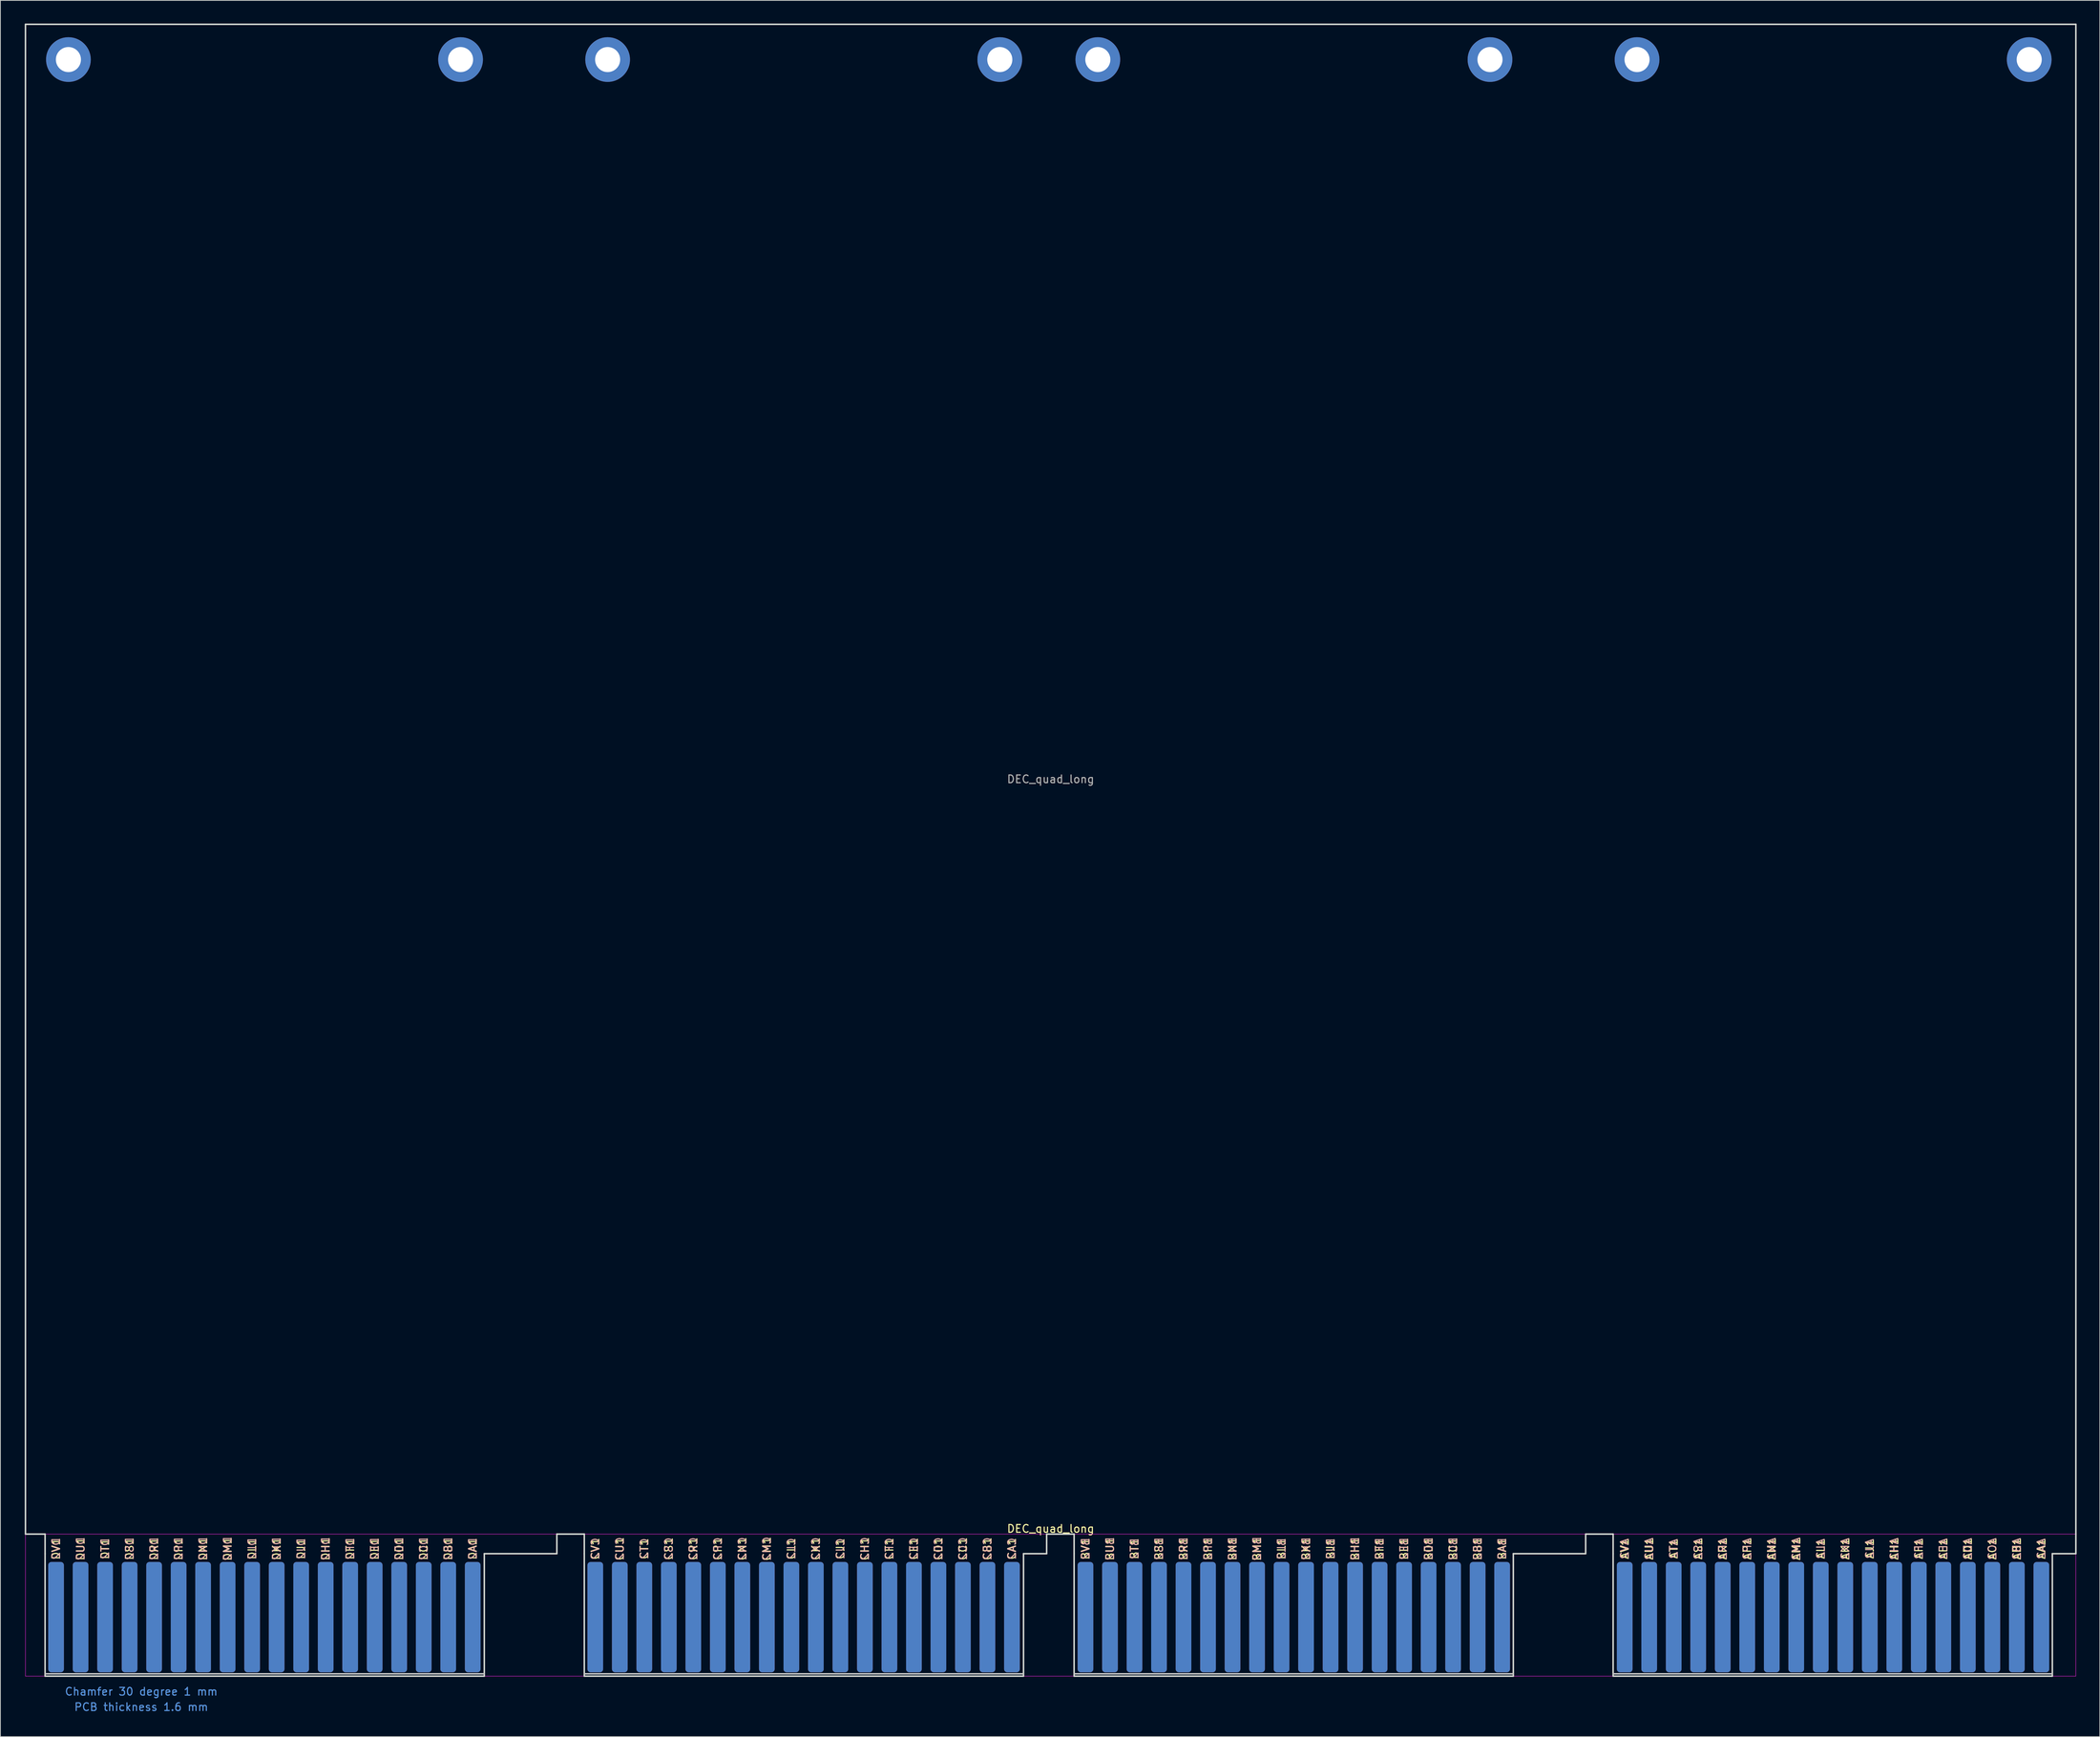
<source format=kicad_pcb>
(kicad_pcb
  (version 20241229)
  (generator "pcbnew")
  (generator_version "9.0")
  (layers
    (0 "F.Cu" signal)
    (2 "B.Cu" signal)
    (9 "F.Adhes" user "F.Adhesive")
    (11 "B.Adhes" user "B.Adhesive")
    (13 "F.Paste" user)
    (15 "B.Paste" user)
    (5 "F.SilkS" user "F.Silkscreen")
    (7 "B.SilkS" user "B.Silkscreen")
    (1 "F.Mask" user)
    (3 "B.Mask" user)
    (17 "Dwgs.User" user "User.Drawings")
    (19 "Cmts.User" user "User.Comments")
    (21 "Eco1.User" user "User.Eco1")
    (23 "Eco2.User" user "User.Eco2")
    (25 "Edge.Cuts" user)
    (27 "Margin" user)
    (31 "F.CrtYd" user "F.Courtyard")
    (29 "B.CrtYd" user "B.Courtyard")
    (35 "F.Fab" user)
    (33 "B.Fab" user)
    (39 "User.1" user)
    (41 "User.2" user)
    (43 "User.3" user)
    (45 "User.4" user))
  (footprint "DEC_quad_long"
    (layer "F.Cu")
    (at 0.25 214.222)
    (property "Reference" "DEC_quad_long" (at 132.8 -19.11 0) (layer "F.SilkS") (effects (font (size 1 1) (thickness 0.15))))
    (attr exclude_from_pos_files exclude_from_bom)
    (fp_line (start 2.54 -0.3) (end 59.436 -0.3) (stroke (width 0.2) (type solid)) (layer "Dwgs.User"))
    (fp_line (start 72.39 -0.3) (end 129.286 -0.3) (stroke (width 0.2) (type solid)) (layer "Dwgs.User"))
    (fp_line (start 135.839 -0.3) (end 192.735 -0.3) (stroke (width 0.2) (type solid)) (layer "Dwgs.User"))
    (fp_line (start 205.664 -0.3) (end 262.56 -0.3) (stroke (width 0.2) (type solid)) (layer "Dwgs.User"))
    (fp_line (start 0 -214.122) (end 265.608 -214.122) (stroke (width 0.2) (type solid)) (layer "Edge.Cuts"))
    (fp_line (start 0 -18.415) (end 0 -214.122) (stroke (width 0.2) (type solid)) (layer "Edge.Cuts"))
    (fp_line (start 0 -18.415) (end 2.54 -18.415) (stroke (width 0.2) (type solid)) (layer "Edge.Cuts"))
    (fp_line (start 2.54 -18.415) (end 2.54 -15.875) (stroke (width 0.2) (type solid)) (layer "Edge.Cuts"))
    (fp_line (start 2.54 -15.875) (end 2.54 0) (stroke (width 0.2) (type solid)) (layer "Edge.Cuts"))
    (fp_line (start 2.54 0) (end 59.436 0) (stroke (width 0.2) (type solid)) (layer "Edge.Cuts"))
    (fp_line (start 59.436 -15.875) (end 68.834 -15.875) (stroke (width 0.2) (type solid)) (layer "Edge.Cuts"))
    (fp_line (start 59.436 0) (end 59.436 -15.875) (stroke (width 0.2) (type solid)) (layer "Edge.Cuts"))
    (fp_line (start 68.834 -18.415) (end 72.39 -18.415) (stroke (width 0.2) (type solid)) (layer "Edge.Cuts"))
    (fp_line (start 68.834 -15.875) (end 68.834 -18.415) (stroke (width 0.2) (type solid)) (layer "Edge.Cuts"))
    (fp_line (start 72.39 -18.415) (end 72.39 -15.875) (stroke (width 0.2) (type solid)) (layer "Edge.Cuts"))
    (fp_line (start 72.39 -15.875) (end 72.39 0) (stroke (width 0.2) (type solid)) (layer "Edge.Cuts"))
    (fp_line (start 72.39 0) (end 129.286 0) (stroke (width 0.2) (type solid)) (layer "Edge.Cuts"))
    (fp_line (start 129.286 -15.875) (end 132.283 -15.875) (stroke (width 0.2) (type solid)) (layer "Edge.Cuts"))
    (fp_line (start 129.286 0) (end 129.286 -15.875) (stroke (width 0.2) (type solid)) (layer "Edge.Cuts"))
    (fp_line (start 132.283 -18.415) (end 135.839 -18.415) (stroke (width 0.2) (type solid)) (layer "Edge.Cuts"))
    (fp_line (start 132.283 -15.875) (end 132.283 -18.415) (stroke (width 0.2) (type solid)) (layer "Edge.Cuts"))
    (fp_line (start 135.839 -18.415) (end 135.839 -15.875) (stroke (width 0.2) (type solid)) (layer "Edge.Cuts"))
    (fp_line (start 135.839 -15.875) (end 135.839 0) (stroke (width 0.2) (type solid)) (layer "Edge.Cuts"))
    (fp_line (start 135.839 0) (end 192.735 0) (stroke (width 0.2) (type solid)) (layer "Edge.Cuts"))
    (fp_line (start 192.735 -15.875) (end 202.108 -15.875) (stroke (width 0.2) (type solid)) (layer "Edge.Cuts"))
    (fp_line (start 192.735 0) (end 192.735 -15.875) (stroke (width 0.2) (type solid)) (layer "Edge.Cuts"))
    (fp_line (start 202.108 -18.415) (end 205.664 -18.415) (stroke (width 0.2) (type solid)) (layer "Edge.Cuts"))
    (fp_line (start 202.108 -15.875) (end 202.108 -18.415) (stroke (width 0.2) (type solid)) (layer "Edge.Cuts"))
    (fp_line (start 205.664 -18.415) (end 205.664 -15.875) (stroke (width 0.2) (type solid)) (layer "Edge.Cuts"))
    (fp_line (start 205.664 -15.875) (end 205.664 0) (stroke (width 0.2) (type solid)) (layer "Edge.Cuts"))
    (fp_line (start 205.664 0) (end 262.56 0) (stroke (width 0.2) (type solid)) (layer "Edge.Cuts"))
    (fp_line (start 262.56 -15.875) (end 265.608 -15.875) (stroke (width 0.2) (type solid)) (layer "Edge.Cuts"))
    (fp_line (start 262.56 0) (end 262.56 -15.875) (stroke (width 0.2) (type solid)) (layer "Edge.Cuts"))
    (fp_line (start 265.608 -214.122) (end 265.608 -18.415) (stroke (width 0.2) (type solid)) (layer "Edge.Cuts"))
    (fp_line (start 265.608 -15.875) (end 265.608 -18.415) (stroke (width 0.2) (type solid)) (layer "Edge.Cuts"))
    (fp_line (start 0 -18.42) (end 265.6 -18.42) (stroke (width 0.05) (type solid)) (layer "F.CrtYd"))
    (fp_line (start 0 0) (end 0 -18.42) (stroke (width 0.05) (type solid)) (layer "F.CrtYd"))
    (fp_line (start 265.6 -18.42) (end 265.6 0) (stroke (width 0.05) (type solid)) (layer "F.CrtYd"))
    (fp_line (start 265.6 0) (end 0 0) (stroke (width 0.05) (type solid)) (layer "F.CrtYd"))
    (fp_text user "AD1" (at 251.612 -16.51 90) (layer "F.SilkS") (effects (font (size 1 1) (thickness 0.15))))
    (fp_text user "CJ1" (at 105.562 -16.51 90) (layer "F.SilkS") (effects (font (size 1 1) (thickness 0.15))))
    (fp_text user "CF1" (at 111.912 -16.51 90) (layer "F.SilkS") (effects (font (size 1 1) (thickness 0.15))))
    (fp_text user "BE1" (at 178.587 -16.51 90) (layer "F.SilkS") (effects (font (size 1 1) (thickness 0.15))))
    (fp_text user "CP1" (at 89.687 -16.51 90) (layer "F.SilkS") (effects (font (size 1 1) (thickness 0.15))))
    (fp_text user "BK1" (at 165.887 -16.51 90) (layer "F.SilkS") (effects (font (size 1 1) (thickness 0.15))))
    (fp_text user "CC1" (at 121.437 -16.51 90) (layer "F.SilkS") (effects (font (size 1 1) (thickness 0.15))))
    (fp_text user "BH1" (at 172.237 -16.51 90) (layer "F.SilkS") (effects (font (size 1 1) (thickness 0.15))))
    (fp_text user "AU1" (at 210.337 -16.51 90) (layer "F.SilkS") (effects (font (size 1 1) (thickness 0.15))))
    (fp_text user "CA1" (at 127.787 -16.51 90) (layer "F.SilkS") (effects (font (size 1 1) (thickness 0.15))))
    (fp_text user "CL1" (at 99.212 -16.51 90) (layer "F.SilkS") (effects (font (size 1 1) (thickness 0.15))))
    (fp_text user "CT1" (at 80.162 -16.51 90) (layer "F.SilkS") (effects (font (size 1 1) (thickness 0.15))))
    (fp_text user "BT1" (at 143.662 -16.51 90) (layer "F.SilkS") (effects (font (size 1 1) (thickness 0.15))))
    (fp_text user "BC1" (at 184.937 -16.51 90) (layer "F.SilkS") (effects (font (size 1 1) (thickness 0.15))))
    (fp_text user "CN1" (at 92.862 -16.51 90) (layer "F.SilkS") (effects (font (size 1 1) (thickness 0.15))))
    (fp_text user "DH1" (at 38.887 -16.51 90) (layer "F.SilkS") (effects (font (size 1 1) (thickness 0.15))))
    (fp_text user "DU1" (at 7.137 -16.51 90) (layer "F.SilkS") (effects (font (size 1 1) (thickness 0.15))))
    (fp_text user "DL1" (at 29.362 -16.51 90) (layer "F.SilkS") (effects (font (size 1 1) (thickness 0.15))))
    (fp_text user "AC1" (at 254.787 -16.51 90) (layer "F.SilkS") (effects (font (size 1 1) (thickness 0.15))))
    (fp_text user "BJ1" (at 169.062 -16.51 90) (layer "F.SilkS") (effects (font (size 1 1) (thickness 0.15))))
    (fp_text user "AJ1" (at 238.912 -16.51 90) (layer "F.SilkS") (effects (font (size 1 1) (thickness 0.15))))
    (fp_text user "DM1" (at 26.187 -16.51 90) (layer "F.SilkS") (effects (font (size 1 1) (thickness 0.15))))
    (fp_text user "CB1" (at 124.612 -16.51 90) (layer "F.SilkS") (effects (font (size 1 1) (thickness 0.15))))
    (fp_text user "DV1" (at 3.962 -16.51 90) (layer "F.SilkS") (effects (font (size 1 1) (thickness 0.15))))
    (fp_text user "DN1" (at 23.012 -16.51 90) (layer "F.SilkS") (effects (font (size 1 1) (thickness 0.15))))
    (fp_text user "AK1" (at 235.737 -16.51 90) (layer "F.SilkS") (effects (font (size 1 1) (thickness 0.15))))
    (fp_text user "AR1" (at 219.862 -16.51 90) (layer "F.SilkS") (effects (font (size 1 1) (thickness 0.15))))
    (fp_text user "AV1" (at 207.162 -16.51 90) (layer "F.SilkS") (effects (font (size 1 1) (thickness 0.15))))
    (fp_text user "DS1" (at 13.487 -16.51 90) (layer "F.SilkS") (effects (font (size 1 1) (thickness 0.15))))
    (fp_text user "BB1" (at 188.112 -16.51 90) (layer "F.SilkS") (effects (font (size 1 1) (thickness 0.15))))
    (fp_text user "DJ1" (at 35.712 -16.51 90) (layer "F.SilkS") (effects (font (size 1 1) (thickness 0.15))))
    (fp_text user "AB1" (at 257.962 -16.51 90) (layer "F.SilkS") (effects (font (size 1 1) (thickness 0.15))))
    (fp_text user "AM1" (at 229.387 -16.51 90) (layer "F.SilkS") (effects (font (size 1 1) (thickness 0.15))))
    (fp_text user "BV1" (at 137.312 -16.51 90) (layer "F.SilkS") (effects (font (size 1 1) (thickness 0.15))))
    (fp_text user "AP1" (at 223.037 -16.51 90) (layer "F.SilkS") (effects (font (size 1 1) (thickness 0.15))))
    (fp_text user "AH1" (at 242.087 -16.51 90) (layer "F.SilkS") (effects (font (size 1 1) (thickness 0.15))))
    (fp_text user "CV1" (at 73.812 -16.51 90) (layer "F.SilkS") (effects (font (size 1 1) (thickness 0.15))))
    (fp_text user "CU1" (at 76.987 -16.51 90) (layer "F.SilkS") (effects (font (size 1 1) (thickness 0.15))))
    (fp_text user "AA1" (at 261.137 -16.51 90) (layer "F.SilkS") (effects (font (size 1 1) (thickness 0.15))))
    (fp_text user "AN1" (at 226.212 -16.51 90) (layer "F.SilkS") (effects (font (size 1 1) (thickness 0.15))))
    (fp_text user "DE1" (at 45.237 -16.51 90) (layer "F.SilkS") (effects (font (size 1 1) (thickness 0.15))))
    (fp_text user "AS1" (at 216.687 -16.51 90) (layer "F.SilkS") (effects (font (size 1 1) (thickness 0.15))))
    (fp_text user "BS1" (at 146.837 -16.51 90) (layer "F.SilkS") (effects (font (size 1 1) (thickness 0.15))))
    (fp_text user "AE1" (at 248.437 -16.51 90) (layer "F.SilkS") (effects (font (size 1 1) (thickness 0.15))))
    (fp_text user "DK1" (at 32.537 -16.51 90) (layer "F.SilkS") (effects (font (size 1 1) (thickness 0.15))))
    (fp_text user "BF1" (at 175.412 -16.51 90) (layer "F.SilkS") (effects (font (size 1 1) (thickness 0.15))))
    (fp_text user "CD1" (at 118.262 -16.51 90) (layer "F.SilkS") (effects (font (size 1 1) (thickness 0.15))))
    (fp_text user "CE1" (at 115.087 -16.51 90) (layer "F.SilkS") (effects (font (size 1 1) (thickness 0.15))))
    (fp_text user "BR1" (at 150.012 -16.51 90) (layer "F.SilkS") (effects (font (size 1 1) (thickness 0.15))))
    (fp_text user "BL1" (at 162.712 -16.51 90) (layer "F.SilkS") (effects (font (size 1 1) (thickness 0.15))))
    (fp_text user "DC1" (at 51.587 -16.51 90) (layer "F.SilkS") (effects (font (size 1 1) (thickness 0.15))))
    (fp_text user "BU1" (at 140.487 -16.51 90) (layer "F.SilkS") (effects (font (size 1 1) (thickness 0.15))))
    (fp_text user "CK1" (at 102.387 -16.51 90) (layer "F.SilkS") (effects (font (size 1 1) (thickness 0.15))))
    (fp_text user "BP1" (at 153.187 -16.51 90) (layer "F.SilkS") (effects (font (size 1 1) (thickness 0.15))))
    (fp_text user "DP1" (at 19.837 -16.51 90) (layer "F.SilkS") (effects (font (size 1 1) (thickness 0.15))))
    (fp_text user "DT1" (at 10.312 -16.51 90) (layer "F.SilkS") (effects (font (size 1 1) (thickness 0.15))))
    (fp_text user "BA1" (at 191.287 -16.51 90) (layer "F.SilkS") (effects (font (size 1 1) (thickness 0.15))))
    (fp_text user "BN1" (at 156.362 -16.51 90) (layer "F.SilkS") (effects (font (size 1 1) (thickness 0.15))))
    (fp_text user "AT1" (at 213.512 -16.51 90) (layer "F.SilkS") (effects (font (size 1 1) (thickness 0.15))))
    (fp_text user "CH1" (at 108.737 -16.51 90) (layer "F.SilkS") (effects (font (size 1 1) (thickness 0.15))))
    (fp_text user "CM1" (at 96.037 -16.51 90) (layer "F.SilkS") (effects (font (size 1 1) (thickness 0.15))))
    (fp_text user "DD1" (at 48.412 -16.51 90) (layer "F.SilkS") (effects (font (size 1 1) (thickness 0.15))))
    (fp_text user "CS1" (at 83.337 -16.51 90) (layer "F.SilkS") (effects (font (size 1 1) (thickness 0.15))))
    (fp_text user "DR1" (at 16.662 -16.51 90) (layer "F.SilkS") (effects (font (size 1 1) (thickness 0.15))))
    (fp_text user "DB1" (at 54.762 -16.51 90) (layer "F.SilkS") (effects (font (size 1 1) (thickness 0.15))))
    (fp_text user "BM1" (at 159.537 -16.51 90) (layer "F.SilkS") (effects (font (size 1 1) (thickness 0.15))))
    (fp_text user "AF1" (at 245.262 -16.51 90) (layer "F.SilkS") (effects (font (size 1 1) (thickness 0.15))))
    (fp_text user "AL1" (at 232.562 -16.51 90) (layer "F.SilkS") (effects (font (size 1 1) (thickness 0.15))))
    (fp_text user "CR1" (at 86.512 -16.51 90) (layer "F.SilkS") (effects (font (size 1 1) (thickness 0.15))))
    (fp_text user "BD1" (at 181.762 -16.51 90) (layer "F.SilkS") (effects (font (size 1 1) (thickness 0.15))))
    (fp_text user "DF1" (at 42.062 -16.51 90) (layer "F.SilkS") (effects (font (size 1 1) (thickness 0.15))))
    (fp_text user "DA1" (at 57.937 -16.51 90) (layer "F.SilkS") (effects (font (size 1 1) (thickness 0.15))))
    (fp_text user "CT2" (at 80.162 -16.51 90) (layer "B.SilkS") (effects (font (size 1 1) (thickness 0.15)) (justify mirror)))
    (fp_text user "DR2" (at 16.662 -16.51 90) (layer "B.SilkS") (effects (font (size 1 1) (thickness 0.15)) (justify mirror)))
    (fp_text user "AV2" (at 207.162 -16.51 90) (layer "B.SilkS") (effects (font (size 1 1) (thickness 0.15)) (justify mirror)))
    (fp_text user "BP2" (at 153.187 -16.51 90) (layer "B.SilkS") (effects (font (size 1 1) (thickness 0.15)) (justify mirror)))
    (fp_text user "CB2" (at 124.612 -16.51 90) (layer "B.SilkS") (effects (font (size 1 1) (thickness 0.15)) (justify mirror)))
    (fp_text user "DA2" (at 57.937 -16.51 90) (layer "B.SilkS") (effects (font (size 1 1) (thickness 0.15)) (justify mirror)))
    (fp_text user "CC2" (at 121.437 -16.51 90) (layer "B.SilkS") (effects (font (size 1 1) (thickness 0.15)) (justify mirror)))
    (fp_text user "AN2" (at 226.212 -16.51 90) (layer "B.SilkS") (effects (font (size 1 1) (thickness 0.15)) (justify mirror)))
    (fp_text user "CF2" (at 111.912 -16.51 90) (layer "B.SilkS") (effects (font (size 1 1) (thickness 0.15)) (justify mirror)))
    (fp_text user "DB2" (at 54.762 -16.51 90) (layer "B.SilkS") (effects (font (size 1 1) (thickness 0.15)) (justify mirror)))
    (fp_text user "BJ2" (at 169.062 -16.51 90) (layer "B.SilkS") (effects (font (size 1 1) (thickness 0.15)) (justify mirror)))
    (fp_text user "AJ2" (at 238.912 -16.51 90) (layer "B.SilkS") (effects (font (size 1 1) (thickness 0.15)) (justify mirror)))
    (fp_text user "DU2" (at 7.137 -16.51 90) (layer "B.SilkS") (effects (font (size 1 1) (thickness 0.15)) (justify mirror)))
    (fp_text user "DL2" (at 29.362 -16.51 90) (layer "B.SilkS") (effects (font (size 1 1) (thickness 0.15)) (justify mirror)))
    (fp_text user "DP2" (at 19.837 -16.51 90) (layer "B.SilkS") (effects (font (size 1 1) (thickness 0.15)) (justify mirror)))
    (fp_text user "DE2" (at 45.237 -16.51 90) (layer "B.SilkS") (effects (font (size 1 1) (thickness 0.15)) (justify mirror)))
    (fp_text user "AP2" (at 223.037 -16.51 90) (layer "B.SilkS") (effects (font (size 1 1) (thickness 0.15)) (justify mirror)))
    (fp_text user "CL2" (at 99.212 -16.51 90) (layer "B.SilkS") (effects (font (size 1 1) (thickness 0.15)) (justify mirror)))
    (fp_text user "CP2" (at 89.687 -16.51 90) (layer "B.SilkS") (effects (font (size 1 1) (thickness 0.15)) (justify mirror)))
    (fp_text user "AK2" (at 235.737 -16.51 90) (layer "B.SilkS") (effects (font (size 1 1) (thickness 0.15)) (justify mirror)))
    (fp_text user "BK2" (at 165.887 -16.51 90) (layer "B.SilkS") (effects (font (size 1 1) (thickness 0.15)) (justify mirror)))
    (fp_text user "AB2" (at 257.962 -16.51 90) (layer "B.SilkS") (effects (font (size 1 1) (thickness 0.15)) (justify mirror)))
    (fp_text user "DC2" (at 51.587 -16.51 90) (layer "B.SilkS") (effects (font (size 1 1) (thickness 0.15)) (justify mirror)))
    (fp_text user "AD2" (at 251.612 -16.51 90) (layer "B.SilkS") (effects (font (size 1 1) (thickness 0.15)) (justify mirror)))
    (fp_text user "AT2" (at 213.512 -16.51 90) (layer "B.SilkS") (effects (font (size 1 1) (thickness 0.15)) (justify mirror)))
    (fp_text user "AC2" (at 254.787 -16.51 90) (layer "B.SilkS") (effects (font (size 1 1) (thickness 0.15)) (justify mirror)))
    (fp_text user "BT2" (at 143.662 -16.51 90) (layer "B.SilkS") (effects (font (size 1 1) (thickness 0.15)) (justify mirror)))
    (fp_text user "DT2" (at 10.312 -16.51 90) (layer "B.SilkS") (effects (font (size 1 1) (thickness 0.15)) (justify mirror)))
    (fp_text user "AH2" (at 242.087 -16.51 90) (layer "B.SilkS") (effects (font (size 1 1) (thickness 0.15)) (justify mirror)))
    (fp_text user "BN2" (at 156.362 -16.51 90) (layer "B.SilkS") (effects (font (size 1 1) (thickness 0.15)) (justify mirror)))
    (fp_text user "DJ2" (at 35.712 -16.51 90) (layer "B.SilkS") (effects (font (size 1 1) (thickness 0.15)) (justify mirror)))
    (fp_text user "BA2" (at 191.287 -16.51 90) (layer "B.SilkS") (effects (font (size 1 1) (thickness 0.15)) (justify mirror)))
    (fp_text user "BB2" (at 188.112 -16.51 90) (layer "B.SilkS") (effects (font (size 1 1) (thickness 0.15)) (justify mirror)))
    (fp_text user "BS2" (at 146.837 -16.51 90) (layer "B.SilkS") (effects (font (size 1 1) (thickness 0.15)) (justify mirror)))
    (fp_text user "BR2" (at 150.012 -16.51 90) (layer "B.SilkS") (effects (font (size 1 1) (thickness 0.15)) (justify mirror)))
    (fp_text user "BL2" (at 162.712 -16.51 90) (layer "B.SilkS") (effects (font (size 1 1) (thickness 0.15)) (justify mirror)))
    (fp_text user "BV2" (at 137.312 -16.51 90) (layer "B.SilkS") (effects (font (size 1 1) (thickness 0.15)) (justify mirror)))
    (fp_text user "CM2" (at 96.037 -16.51 90) (layer "B.SilkS") (effects (font (size 1 1) (thickness 0.15)) (justify mirror)))
    (fp_text user "AL2" (at 232.562 -16.51 90) (layer "B.SilkS") (effects (font (size 1 1) (thickness 0.15)) (justify mirror)))
    (fp_text user "AE2" (at 248.437 -16.51 90) (layer "B.SilkS") (effects (font (size 1 1) (thickness 0.15)) (justify mirror)))
    (fp_text user "BH2" (at 172.237 -16.51 90) (layer "B.SilkS") (effects (font (size 1 1) (thickness 0.15)) (justify mirror)))
    (fp_text user "BM2" (at 159.537 -16.51 90) (layer "B.SilkS") (effects (font (size 1 1) (thickness 0.15)) (justify mirror)))
    (fp_text user "AS2" (at 216.687 -16.51 90) (layer "B.SilkS") (effects (font (size 1 1) (thickness 0.15)) (justify mirror)))
    (fp_text user "BF2" (at 175.412 -16.51 90) (layer "B.SilkS") (effects (font (size 1 1) (thickness 0.15)) (justify mirror)))
    (fp_text user "DM2" (at 26.187 -16.51 90) (layer "B.SilkS") (effects (font (size 1 1) (thickness 0.15)) (justify mirror)))
    (fp_text user "DF2" (at 42.062 -16.51 90) (layer "B.SilkS") (effects (font (size 1 1) (thickness 0.15)) (justify mirror)))
    (fp_text user "BD2" (at 181.762 -16.51 90) (layer "B.SilkS") (effects (font (size 1 1) (thickness 0.15)) (justify mirror)))
    (fp_text user "DH2" (at 38.887 -16.51 90) (layer "B.SilkS") (effects (font (size 1 1) (thickness 0.15)) (justify mirror)))
    (fp_text user "CR2" (at 86.512 -16.51 90) (layer "B.SilkS") (effects (font (size 1 1) (thickness 0.15)) (justify mirror)))
    (fp_text user "AR2" (at 219.862 -16.51 90) (layer "B.SilkS") (effects (font (size 1 1) (thickness 0.15)) (justify mirror)))
    (fp_text user "CS2" (at 83.337 -16.51 90) (layer "B.SilkS") (effects (font (size 1 1) (thickness 0.15)) (justify mirror)))
    (fp_text user "CU2" (at 76.987 -16.51 90) (layer "B.SilkS") (effects (font (size 1 1) (thickness 0.15)) (justify mirror)))
    (fp_text user "CK2" (at 102.387 -16.51 90) (layer "B.SilkS") (effects (font (size 1 1) (thickness 0.15)) (justify mirror)))
    (fp_text user "CH2" (at 108.737 -16.51 90) (layer "B.SilkS") (effects (font (size 1 1) (thickness 0.15)) (justify mirror)))
    (fp_text user "AA2" (at 261.137 -16.51 90) (layer "B.SilkS") (effects (font (size 1 1) (thickness 0.15)) (justify mirror)))
    (fp_text user "DS2" (at 13.487 -16.51 90) (layer "B.SilkS") (effects (font (size 1 1) (thickness 0.15)) (justify mirror)))
    (fp_text user "AU2" (at 210.337 -16.51 90) (layer "B.SilkS") (effects (font (size 1 1) (thickness 0.15)) (justify mirror)))
    (fp_text user "CA2" (at 127.787 -16.51 90) (layer "B.SilkS") (effects (font (size 1 1) (thickness 0.15)) (justify mirror)))
    (fp_text user "AM2" (at 229.387 -16.51 90) (layer "B.SilkS") (effects (font (size 1 1) (thickness 0.15)) (justify mirror)))
    (fp_text user "CE2" (at 115.087 -16.51 90) (layer "B.SilkS") (effects (font (size 1 1) (thickness 0.15)) (justify mirror)))
    (fp_text user "BC2" (at 184.937 -16.51 90) (layer "B.SilkS") (effects (font (size 1 1) (thickness 0.15)) (justify mirror)))
    (fp_text user "CN2" (at 92.862 -16.51 90) (layer "B.SilkS") (effects (font (size 1 1) (thickness 0.15)) (justify mirror)))
    (fp_text user "CV2" (at 73.812 -16.51 90) (layer "B.SilkS") (effects (font (size 1 1) (thickness 0.15)) (justify mirror)))
    (fp_text user "DD2" (at 48.412 -16.51 90) (layer "B.SilkS") (effects (font (size 1 1) (thickness 0.15)) (justify mirror)))
    (fp_text user "DV2" (at 3.962 -16.51 90) (layer "B.SilkS") (effects (font (size 1 1) (thickness 0.15)) (justify mirror)))
    (fp_text user "DK2" (at 32.537 -16.51 90) (layer "B.SilkS") (effects (font (size 1 1) (thickness 0.15)) (justify mirror)))
    (fp_text user "CD2" (at 118.262 -16.51 90) (layer "B.SilkS") (effects (font (size 1 1) (thickness 0.15)) (justify mirror)))
    (fp_text user "CJ2" (at 105.562 -16.51 90) (layer "B.SilkS") (effects (font (size 1 1) (thickness 0.15)) (justify mirror)))
    (fp_text user "BE2" (at 178.587 -16.51 90) (layer "B.SilkS") (effects (font (size 1 1) (thickness 0.15)) (justify mirror)))
    (fp_text user "BU2" (at 140.487 -16.51 90) (layer "B.SilkS") (effects (font (size 1 1) (thickness 0.15)) (justify mirror)))
    (fp_text user "AF2" (at 245.262 -16.51 90) (layer "B.SilkS") (effects (font (size 1 1) (thickness 0.15)) (justify mirror)))
    (fp_text user "DN2" (at 23.012 -16.51 90) (layer "B.SilkS") (effects (font (size 1 1) (thickness 0.15)) (justify mirror)))
    (fp_text user "PCB thickness 1.6 mm" (at 15 4 0) (layer "Cmts.User") (effects (font (size 1 1) (thickness 0.15))))
    (fp_text user "Chamfer 30 degree 1 mm" (at 15 2 0) (layer "Cmts.User") (effects (font (size 1 1) (thickness 0.15))))
    (fp_text user "${REFERENCE}" (at 132.8 -116.27 0) (layer "F.Fab") (effects (font (size 1 1) (thickness 0.15))))
    (pad "AA1" connect roundrect (at 261.137 -7.65) (size 2.032 14.3) (layers "F.Cu" "F.Mask") (roundrect_rratio 0.2))
    (pad "AA2" connect roundrect (at 261.137 -7.65) (size 2.032 14.3) (layers "B.Cu" "B.Mask") (roundrect_rratio 0.2))
    (pad "AB1" connect roundrect (at 257.962 -7.65) (size 2.032 14.3) (layers "F.Cu" "F.Mask") (roundrect_rratio 0.2))
    (pad "AB2" connect roundrect (at 257.962 -7.65) (size 2.032 14.3) (layers "B.Cu" "B.Mask") (roundrect_rratio 0.2))
    (pad "AC1" connect roundrect (at 254.787 -7.65) (size 2.032 14.3) (layers "F.Cu" "F.Mask") (roundrect_rratio 0.2))
    (pad "AC2" connect roundrect (at 254.787 -7.65) (size 2.032 14.3) (layers "B.Cu" "B.Mask") (roundrect_rratio 0.2))
    (pad "AD1" connect roundrect (at 251.612 -7.65) (size 2.032 14.3) (layers "F.Cu" "F.Mask") (roundrect_rratio 0.2))
    (pad "AD2" connect roundrect (at 251.612 -7.65) (size 2.032 14.3) (layers "B.Cu" "B.Mask") (roundrect_rratio 0.2))
    (pad "AE1" connect roundrect (at 248.437 -7.65) (size 2.032 14.3) (layers "F.Cu" "F.Mask") (roundrect_rratio 0.2))
    (pad "AE2" connect roundrect (at 248.437 -7.65) (size 2.032 14.3) (layers "B.Cu" "B.Mask") (roundrect_rratio 0.2))
    (pad "AF1" connect roundrect (at 245.262 -7.65) (size 2.032 14.3) (layers "F.Cu" "F.Mask") (roundrect_rratio 0.2))
    (pad "AF2" connect roundrect (at 245.262 -7.65) (size 2.032 14.3) (layers "B.Cu" "B.Mask") (roundrect_rratio 0.2))
    (pad "AH1" connect roundrect (at 242.087 -7.65) (size 2.032 14.3) (layers "F.Cu" "F.Mask") (roundrect_rratio 0.2))
    (pad "AH2" connect roundrect (at 242.087 -7.65) (size 2.032 14.3) (layers "B.Cu" "B.Mask") (roundrect_rratio 0.2))
    (pad "AJ1" connect roundrect (at 238.912 -7.65) (size 2.032 14.3) (layers "F.Cu" "F.Mask") (roundrect_rratio 0.2))
    (pad "AJ2" connect roundrect (at 238.912 -7.65) (size 2.032 14.3) (layers "B.Cu" "B.Mask") (roundrect_rratio 0.2))
    (pad "AK1" connect roundrect (at 235.737 -7.65) (size 2.032 14.3) (layers "F.Cu" "F.Mask") (roundrect_rratio 0.2))
    (pad "AK2" connect roundrect (at 235.737 -7.65) (size 2.032 14.3) (layers "B.Cu" "B.Mask") (roundrect_rratio 0.2))
    (pad "AL1" connect roundrect (at 232.562 -7.65) (size 2.032 14.3) (layers "F.Cu" "F.Mask") (roundrect_rratio 0.2))
    (pad "AL2" connect roundrect (at 232.562 -7.65) (size 2.032 14.3) (layers "B.Cu" "B.Mask") (roundrect_rratio 0.2))
    (pad "AM1" connect roundrect (at 229.387 -7.65) (size 2.032 14.3) (layers "F.Cu" "F.Mask") (roundrect_rratio 0.2))
    (pad "AM2" connect roundrect (at 229.387 -7.65) (size 2.032 14.3) (layers "B.Cu" "B.Mask") (roundrect_rratio 0.2))
    (pad "AN1" connect roundrect (at 226.212 -7.65) (size 2.032 14.3) (layers "F.Cu" "F.Mask") (roundrect_rratio 0.2))
    (pad "AN2" connect roundrect (at 226.212 -7.65) (size 2.032 14.3) (layers "B.Cu" "B.Mask") (roundrect_rratio 0.2))
    (pad "AP1" connect roundrect (at 223.037 -7.65) (size 2.032 14.3) (layers "F.Cu" "F.Mask") (roundrect_rratio 0.2))
    (pad "AP2" connect roundrect (at 223.037 -7.65) (size 2.032 14.3) (layers "B.Cu" "B.Mask") (roundrect_rratio 0.2))
    (pad "AR1" connect roundrect (at 219.862 -7.65) (size 2.032 14.3) (layers "F.Cu" "F.Mask") (roundrect_rratio 0.2))
    (pad "AR2" connect roundrect (at 219.862 -7.65) (size 2.032 14.3) (layers "B.Cu" "B.Mask") (roundrect_rratio 0.2))
    (pad "AS1" connect roundrect (at 216.687 -7.65) (size 2.032 14.3) (layers "F.Cu" "F.Mask") (roundrect_rratio 0.2))
    (pad "AS2" connect roundrect (at 216.687 -7.65) (size 2.032 14.3) (layers "B.Cu" "B.Mask") (roundrect_rratio 0.2))
    (pad "AT1" connect roundrect (at 213.512 -7.65) (size 2.032 14.3) (layers "F.Cu" "F.Mask") (roundrect_rratio 0.2))
    (pad "AT2" connect roundrect (at 213.512 -7.65) (size 2.032 14.3) (layers "B.Cu" "B.Mask") (roundrect_rratio 0.2))
    (pad "AU1" connect roundrect (at 210.337 -7.65) (size 2.032 14.3) (layers "F.Cu" "F.Mask") (roundrect_rratio 0.2))
    (pad "AU2" connect roundrect (at 210.337 -7.65) (size 2.032 14.3) (layers "B.Cu" "B.Mask") (roundrect_rratio 0.2))
    (pad "AV1" connect roundrect (at 207.162 -7.65) (size 2.032 14.3) (layers "F.Cu" "F.Mask") (roundrect_rratio 0.2))
    (pad "AV2" connect roundrect (at 207.162 -7.65) (size 2.032 14.3) (layers "B.Cu" "B.Mask") (roundrect_rratio 0.2))
    (pad "BA1" connect roundrect (at 191.287 -7.65) (size 2.032 14.3) (layers "F.Cu" "F.Mask") (roundrect_rratio 0.2))
    (pad "BA2" connect roundrect (at 191.287 -7.65) (size 2.032 14.3) (layers "B.Cu" "B.Mask") (roundrect_rratio 0.2))
    (pad "BB1" connect roundrect (at 188.112 -7.65) (size 2.032 14.3) (layers "F.Cu" "F.Mask") (roundrect_rratio 0.2))
    (pad "BB2" connect roundrect (at 188.112 -7.65) (size 2.032 14.3) (layers "B.Cu" "B.Mask") (roundrect_rratio 0.2))
    (pad "BC1" connect roundrect (at 184.937 -7.65) (size 2.032 14.3) (layers "F.Cu" "F.Mask") (roundrect_rratio 0.2))
    (pad "BC2" connect roundrect (at 184.937 -7.65) (size 2.032 14.3) (layers "B.Cu" "B.Mask") (roundrect_rratio 0.2))
    (pad "BD1" connect roundrect (at 181.762 -7.65) (size 2.032 14.3) (layers "F.Cu" "F.Mask") (roundrect_rratio 0.2))
    (pad "BD2" connect roundrect (at 181.762 -7.65) (size 2.032 14.3) (layers "B.Cu" "B.Mask") (roundrect_rratio 0.2))
    (pad "BE1" connect roundrect (at 178.587 -7.65) (size 2.032 14.3) (layers "F.Cu" "F.Mask") (roundrect_rratio 0.2))
    (pad "BE2" connect roundrect (at 178.587 -7.65) (size 2.032 14.3) (layers "B.Cu" "B.Mask") (roundrect_rratio 0.2))
    (pad "BF1" connect roundrect (at 175.412 -7.65) (size 2.032 14.3) (layers "F.Cu" "F.Mask") (roundrect_rratio 0.2))
    (pad "BF2" connect roundrect (at 175.412 -7.65) (size 2.032 14.3) (layers "B.Cu" "B.Mask") (roundrect_rratio 0.2))
    (pad "BH1" connect roundrect (at 172.237 -7.65) (size 2.032 14.3) (layers "F.Cu" "F.Mask") (roundrect_rratio 0.2))
    (pad "BH2" connect roundrect (at 172.237 -7.65) (size 2.032 14.3) (layers "B.Cu" "B.Mask") (roundrect_rratio 0.2))
    (pad "BJ1" connect roundrect (at 169.062 -7.65) (size 2.032 14.3) (layers "F.Cu" "F.Mask") (roundrect_rratio 0.2))
    (pad "BJ2" connect roundrect (at 169.062 -7.65) (size 2.032 14.3) (layers "B.Cu" "B.Mask") (roundrect_rratio 0.2))
    (pad "BK1" connect roundrect (at 165.887 -7.65) (size 2.032 14.3) (layers "F.Cu" "F.Mask") (roundrect_rratio 0.2))
    (pad "BK2" connect roundrect (at 165.887 -7.65) (size 2.032 14.3) (layers "B.Cu" "B.Mask") (roundrect_rratio 0.2))
    (pad "BL1" connect roundrect (at 162.712 -7.65) (size 2.032 14.3) (layers "F.Cu" "F.Mask") (roundrect_rratio 0.2))
    (pad "BL2" connect roundrect (at 162.712 -7.65) (size 2.032 14.3) (layers "B.Cu" "B.Mask") (roundrect_rratio 0.2))
    (pad "BM1" connect roundrect (at 159.537 -7.65) (size 2.032 14.3) (layers "F.Cu" "F.Mask") (roundrect_rratio 0.2))
    (pad "BM2" connect roundrect (at 159.537 -7.65) (size 2.032 14.3) (layers "B.Cu" "B.Mask") (roundrect_rratio 0.2))
    (pad "BN1" connect roundrect (at 156.362 -7.65) (size 2.032 14.3) (layers "F.Cu" "F.Mask") (roundrect_rratio 0.2))
    (pad "BN2" connect roundrect (at 156.362 -7.65) (size 2.032 14.3) (layers "B.Cu" "B.Mask") (roundrect_rratio 0.2))
    (pad "BP1" connect roundrect (at 153.187 -7.65) (size 2.032 14.3) (layers "F.Cu" "F.Mask") (roundrect_rratio 0.2))
    (pad "BP2" connect roundrect (at 153.187 -7.65) (size 2.032 14.3) (layers "B.Cu" "B.Mask") (roundrect_rratio 0.2))
    (pad "BR1" connect roundrect (at 150.012 -7.65) (size 2.032 14.3) (layers "F.Cu" "F.Mask") (roundrect_rratio 0.2))
    (pad "BR2" connect roundrect (at 150.012 -7.65) (size 2.032 14.3) (layers "B.Cu" "B.Mask") (roundrect_rratio 0.2))
    (pad "BS1" connect roundrect (at 146.837 -7.65) (size 2.032 14.3) (layers "F.Cu" "F.Mask") (roundrect_rratio 0.2))
    (pad "BS2" connect roundrect (at 146.837 -7.65) (size 2.032 14.3) (layers "B.Cu" "B.Mask") (roundrect_rratio 0.2))
    (pad "BT1" connect roundrect (at 143.662 -7.65) (size 2.032 14.3) (layers "F.Cu" "F.Mask") (roundrect_rratio 0.2))
    (pad "BT2" connect roundrect (at 143.662 -7.65) (size 2.032 14.3) (layers "B.Cu" "B.Mask") (roundrect_rratio 0.2))
    (pad "BU1" connect roundrect (at 140.487 -7.65) (size 2.032 14.3) (layers "F.Cu" "F.Mask") (roundrect_rratio 0.2))
    (pad "BU2" connect roundrect (at 140.487 -7.65) (size 2.032 14.3) (layers "B.Cu" "B.Mask") (roundrect_rratio 0.2))
    (pad "BV1" connect roundrect (at 137.312 -7.65) (size 2.032 14.3) (layers "F.Cu" "F.Mask") (roundrect_rratio 0.2))
    (pad "BV2" connect roundrect (at 137.312 -7.65) (size 2.032 14.3) (layers "B.Cu" "B.Mask") (roundrect_rratio 0.2))
    (pad "CA1" connect roundrect (at 127.787 -7.65) (size 2.032 14.3) (layers "F.Cu" "F.Mask") (roundrect_rratio 0.2))
    (pad "CA2" connect roundrect (at 127.787 -7.65) (size 2.032 14.3) (layers "B.Cu" "B.Mask") (roundrect_rratio 0.2))
    (pad "CB1" connect roundrect (at 124.612 -7.65) (size 2.032 14.3) (layers "F.Cu" "F.Mask") (roundrect_rratio 0.2))
    (pad "CB2" connect roundrect (at 124.612 -7.65) (size 2.032 14.3) (layers "B.Cu" "B.Mask") (roundrect_rratio 0.2))
    (pad "CC1" connect roundrect (at 121.437 -7.65) (size 2.032 14.3) (layers "F.Cu" "F.Mask") (roundrect_rratio 0.2))
    (pad "CC2" connect roundrect (at 121.437 -7.65) (size 2.032 14.3) (layers "B.Cu" "B.Mask") (roundrect_rratio 0.2))
    (pad "CD1" connect roundrect (at 118.262 -7.65) (size 2.032 14.3) (layers "F.Cu" "F.Mask") (roundrect_rratio 0.2))
    (pad "CD2" connect roundrect (at 118.262 -7.65) (size 2.032 14.3) (layers "B.Cu" "B.Mask") (roundrect_rratio 0.2))
    (pad "CE1" connect roundrect (at 115.087 -7.65) (size 2.032 14.3) (layers "F.Cu" "F.Mask") (roundrect_rratio 0.2))
    (pad "CE2" connect roundrect (at 115.087 -7.65) (size 2.032 14.3) (layers "B.Cu" "B.Mask") (roundrect_rratio 0.2))
    (pad "CF1" connect roundrect (at 111.912 -7.65) (size 2.032 14.3) (layers "F.Cu" "F.Mask") (roundrect_rratio 0.2))
    (pad "CF2" connect roundrect (at 111.912 -7.65) (size 2.032 14.3) (layers "B.Cu" "B.Mask") (roundrect_rratio 0.2))
    (pad "CH1" connect roundrect (at 108.737 -7.65) (size 2.032 14.3) (layers "F.Cu" "F.Mask") (roundrect_rratio 0.2))
    (pad "CH2" connect roundrect (at 108.737 -7.65) (size 2.032 14.3) (layers "B.Cu" "B.Mask") (roundrect_rratio 0.2))
    (pad "CJ1" connect roundrect (at 105.562 -7.65) (size 2.032 14.3) (layers "F.Cu" "F.Mask") (roundrect_rratio 0.2))
    (pad "CJ2" connect roundrect (at 105.562 -7.65) (size 2.032 14.3) (layers "B.Cu" "B.Mask") (roundrect_rratio 0.2))
    (pad "CK1" connect roundrect (at 102.387 -7.65) (size 2.032 14.3) (layers "F.Cu" "F.Mask") (roundrect_rratio 0.2))
    (pad "CK2" connect roundrect (at 102.387 -7.65) (size 2.032 14.3) (layers "B.Cu" "B.Mask") (roundrect_rratio 0.2))
    (pad "CL1" connect roundrect (at 99.212 -7.65) (size 2.032 14.3) (layers "F.Cu" "F.Mask") (roundrect_rratio 0.2))
    (pad "CL2" connect roundrect (at 99.212 -7.65) (size 2.032 14.3) (layers "B.Cu" "B.Mask") (roundrect_rratio 0.2))
    (pad "CM1" connect roundrect (at 96.037 -7.65) (size 2.032 14.3) (layers "F.Cu" "F.Mask") (roundrect_rratio 0.2))
    (pad "CM2" connect roundrect (at 96.037 -7.65) (size 2.032 14.3) (layers "B.Cu" "B.Mask") (roundrect_rratio 0.2))
    (pad "CN1" connect roundrect (at 92.862 -7.65) (size 2.032 14.3) (layers "F.Cu" "F.Mask") (roundrect_rratio 0.2))
    (pad "CN2" connect roundrect (at 92.862 -7.65) (size 2.032 14.3) (layers "B.Cu" "B.Mask") (roundrect_rratio 0.2))
    (pad "CP1" connect roundrect (at 89.687 -7.65) (size 2.032 14.3) (layers "F.Cu" "F.Mask") (roundrect_rratio 0.2))
    (pad "CP2" connect roundrect (at 89.687 -7.65) (size 2.032 14.3) (layers "B.Cu" "B.Mask") (roundrect_rratio 0.2))
    (pad "CR1" connect roundrect (at 86.512 -7.65) (size 2.032 14.3) (layers "F.Cu" "F.Mask") (roundrect_rratio 0.2))
    (pad "CR2" connect roundrect (at 86.512 -7.65) (size 2.032 14.3) (layers "B.Cu" "B.Mask") (roundrect_rratio 0.2))
    (pad "CS1" connect roundrect (at 83.337 -7.65) (size 2.032 14.3) (layers "F.Cu" "F.Mask") (roundrect_rratio 0.2))
    (pad "CS2" connect roundrect (at 83.337 -7.65) (size 2.032 14.3) (layers "B.Cu" "B.Mask") (roundrect_rratio 0.2))
    (pad "CT1" connect roundrect (at 80.162 -7.65) (size 2.032 14.3) (layers "F.Cu" "F.Mask") (roundrect_rratio 0.2))
    (pad "CT2" connect roundrect (at 80.162 -7.65) (size 2.032 14.3) (layers "B.Cu" "B.Mask") (roundrect_rratio 0.2))
    (pad "CU1" connect roundrect (at 76.987 -7.65) (size 2.032 14.3) (layers "F.Cu" "F.Mask") (roundrect_rratio 0.2))
    (pad "CU2" connect roundrect (at 76.987 -7.65) (size 2.032 14.3) (layers "B.Cu" "B.Mask") (roundrect_rratio 0.2))
    (pad "CV1" connect roundrect (at 73.812 -7.65) (size 2.032 14.3) (layers "F.Cu" "F.Mask") (roundrect_rratio 0.2))
    (pad "CV2" connect roundrect (at 73.812 -7.65) (size 2.032 14.3) (layers "B.Cu" "B.Mask") (roundrect_rratio 0.2))
    (pad "DA1" connect roundrect (at 57.937 -7.65) (size 2.032 14.3) (layers "F.Cu" "F.Mask") (roundrect_rratio 0.2))
    (pad "DA2" connect roundrect (at 57.937 -7.65) (size 2.032 14.3) (layers "B.Cu" "B.Mask") (roundrect_rratio 0.2))
    (pad "DB1" connect roundrect (at 54.762 -7.65) (size 2.032 14.3) (layers "F.Cu" "F.Mask") (roundrect_rratio 0.2))
    (pad "DB2" connect roundrect (at 54.762 -7.65) (size 2.032 14.3) (layers "B.Cu" "B.Mask") (roundrect_rratio 0.2))
    (pad "DC1" connect roundrect (at 51.587 -7.65) (size 2.032 14.3) (layers "F.Cu" "F.Mask") (roundrect_rratio 0.2))
    (pad "DC2" connect roundrect (at 51.587 -7.65) (size 2.032 14.3) (layers "B.Cu" "B.Mask") (roundrect_rratio 0.2))
    (pad "DD1" connect roundrect (at 48.412 -7.65) (size 2.032 14.3) (layers "F.Cu" "F.Mask") (roundrect_rratio 0.2))
    (pad "DD2" connect roundrect (at 48.412 -7.65) (size 2.032 14.3) (layers "B.Cu" "B.Mask") (roundrect_rratio 0.2))
    (pad "DE1" connect roundrect (at 45.237 -7.65) (size 2.032 14.3) (layers "F.Cu" "F.Mask") (roundrect_rratio 0.2))
    (pad "DE2" connect roundrect (at 45.237 -7.65) (size 2.032 14.3) (layers "B.Cu" "B.Mask") (roundrect_rratio 0.2))
    (pad "DF1" connect roundrect (at 42.062 -7.65) (size 2.032 14.3) (layers "F.Cu" "F.Mask") (roundrect_rratio 0.2))
    (pad "DF2" connect roundrect (at 42.062 -7.65) (size 2.032 14.3) (layers "B.Cu" "B.Mask") (roundrect_rratio 0.2))
    (pad "DH1" connect roundrect (at 38.887 -7.65) (size 2.032 14.3) (layers "F.Cu" "F.Mask") (roundrect_rratio 0.2))
    (pad "DH2" connect roundrect (at 38.887 -7.65) (size 2.032 14.3) (layers "B.Cu" "B.Mask") (roundrect_rratio 0.2))
    (pad "DJ1" connect roundrect (at 35.712 -7.65) (size 2.032 14.3) (layers "F.Cu" "F.Mask") (roundrect_rratio 0.2))
    (pad "DJ2" connect roundrect (at 35.712 -7.65) (size 2.032 14.3) (layers "B.Cu" "B.Mask") (roundrect_rratio 0.2))
    (pad "DK1" connect roundrect (at 32.537 -7.65) (size 2.032 14.3) (layers "F.Cu" "F.Mask") (roundrect_rratio 0.2))
    (pad "DK2" connect roundrect (at 32.537 -7.65) (size 2.032 14.3) (layers "B.Cu" "B.Mask") (roundrect_rratio 0.2))
    (pad "DL1" connect roundrect (at 29.362 -7.65) (size 2.032 14.3) (layers "F.Cu" "F.Mask") (roundrect_rratio 0.2))
    (pad "DL2" connect roundrect (at 29.362 -7.65) (size 2.032 14.3) (layers "B.Cu" "B.Mask") (roundrect_rratio 0.2))
    (pad "DM1" connect roundrect (at 26.187 -7.65) (size 2.032 14.3) (layers "F.Cu" "F.Mask") (roundrect_rratio 0.2))
    (pad "DM2" connect roundrect (at 26.187 -7.65) (size 2.032 14.3) (layers "B.Cu" "B.Mask") (roundrect_rratio 0.2))
    (pad "DN1" connect roundrect (at 23.012 -7.65) (size 2.032 14.3) (layers "F.Cu" "F.Mask") (roundrect_rratio 0.2))
    (pad "DN2" connect roundrect (at 23.012 -7.65) (size 2.032 14.3) (layers "B.Cu" "B.Mask") (roundrect_rratio 0.2))
    (pad "DP1" connect roundrect (at 19.837 -7.65) (size 2.032 14.3) (layers "F.Cu" "F.Mask") (roundrect_rratio 0.2))
    (pad "DP2" connect roundrect (at 19.837 -7.65) (size 2.032 14.3) (layers "B.Cu" "B.Mask") (roundrect_rratio 0.2))
    (pad "DR1" connect roundrect (at 16.662 -7.65) (size 2.032 14.3) (layers "F.Cu" "F.Mask") (roundrect_rratio 0.2))
    (pad "DR2" connect roundrect (at 16.662 -7.65) (size 2.032 14.3) (layers "B.Cu" "B.Mask") (roundrect_rratio 0.2))
    (pad "DS1" connect roundrect (at 13.487 -7.65) (size 2.032 14.3) (layers "F.Cu" "F.Mask") (roundrect_rratio 0.2))
    (pad "DS2" connect roundrect (at 13.487 -7.65) (size 2.032 14.3) (layers "B.Cu" "B.Mask") (roundrect_rratio 0.2))
    (pad "DT1" connect roundrect (at 10.312 -7.65) (size 2.032 14.3) (layers "F.Cu" "F.Mask") (roundrect_rratio 0.2))
    (pad "DT2" connect roundrect (at 10.312 -7.65) (size 2.032 14.3) (layers "B.Cu" "B.Mask") (roundrect_rratio 0.2))
    (pad "DU1" connect roundrect (at 7.137 -7.65) (size 2.032 14.3) (layers "F.Cu" "F.Mask") (roundrect_rratio 0.2))
    (pad "DU2" connect roundrect (at 7.137 -7.65) (size 2.032 14.3) (layers "B.Cu" "B.Mask") (roundrect_rratio 0.2))
    (pad "DV1" connect roundrect (at 3.962 -7.65) (size 2.032 14.3) (layers "F.Cu" "F.Mask") (roundrect_rratio 0.2))
    (pad "DV2" connect roundrect (at 3.962 -7.65) (size 2.032 14.3) (layers "B.Cu" "B.Mask") (roundrect_rratio 0.2))
    (pad "H" thru_hole circle (at 5.563 -209.55) (size 5.791 5.791) (drill 3.251) (layers "*.Cu" "*.Mask"))
    (pad "H" thru_hole circle (at 56.363 -209.55) (size 5.791 5.791) (drill 3.251) (layers "*.Cu" "*.Mask"))
    (pad "H" thru_hole circle (at 75.413 -209.55) (size 5.791 5.791) (drill 3.251) (layers "*.Cu" "*.Mask"))
    (pad "H" thru_hole circle (at 126.213 -209.55) (size 5.791 5.791) (drill 3.251) (layers "*.Cu" "*.Mask"))
    (pad "H" thru_hole circle (at 138.913 -209.55) (size 5.791 5.791) (drill 3.251) (layers "*.Cu" "*.Mask"))
    (pad "H" thru_hole circle (at 189.713 -209.55) (size 5.791 5.791) (drill 3.251) (layers "*.Cu" "*.Mask"))
    (pad "H" thru_hole circle (at 208.763 -209.55) (size 5.791 5.791) (drill 3.251) (layers "*.Cu" "*.Mask"))
    (pad "H" thru_hole circle (at 259.563 -209.55) (size 5.791 5.791) (drill 3.251) (layers "*.Cu" "*.Mask")))
  (gr_rect
    (start -3 -3)
    (end 268.958 222.07)
    (stroke (width 0.1) (type default))
    (fill no)
    (layer "Edge.Cuts")))
</source>
